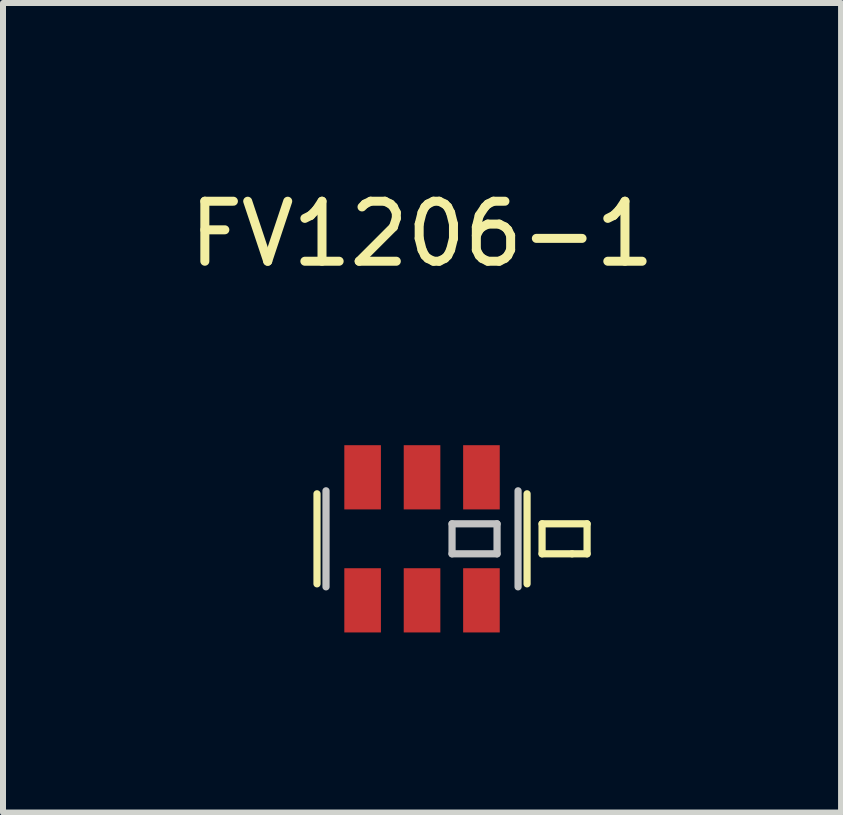
<source format=kicad_pcb>
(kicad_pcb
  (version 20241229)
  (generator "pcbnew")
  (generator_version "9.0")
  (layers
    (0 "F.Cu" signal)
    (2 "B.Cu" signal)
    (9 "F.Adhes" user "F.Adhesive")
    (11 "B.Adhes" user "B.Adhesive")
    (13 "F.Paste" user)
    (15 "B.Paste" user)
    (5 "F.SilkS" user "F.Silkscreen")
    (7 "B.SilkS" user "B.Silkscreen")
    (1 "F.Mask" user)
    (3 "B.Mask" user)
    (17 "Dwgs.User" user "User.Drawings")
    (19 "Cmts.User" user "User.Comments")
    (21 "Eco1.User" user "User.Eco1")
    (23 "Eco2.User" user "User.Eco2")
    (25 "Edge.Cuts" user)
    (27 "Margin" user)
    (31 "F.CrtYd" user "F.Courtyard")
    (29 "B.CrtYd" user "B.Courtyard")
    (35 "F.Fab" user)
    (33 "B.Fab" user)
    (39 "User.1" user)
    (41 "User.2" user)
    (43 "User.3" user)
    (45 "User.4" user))
  (footprint "FV1206-1"
    (layer "F.Cu")
    (at 3.982 5.928)
    (property "Reference" "FV1206-1" (at 0 -5.08 0) (layer "F.SilkS") (effects (font (size 1 1) (thickness 0.15))))
    (attr through_hole)
    (fp_line (start -1.75 -0.75) (end -1.75 0.75) (stroke (width 0.12) (type solid)) (layer "F.SilkS"))
    (fp_line (start 1.75 -0.75) (end 1.75 0.75) (stroke (width 0.12) (type solid)) (layer "F.SilkS"))
    (fp_line (start 2 -0.25) (end 2 0.25) (stroke (width 0.12) (type solid)) (layer "F.SilkS"))
    (fp_line (start 2 0.25) (end 2.5 0.25) (stroke (width 0.12) (type solid)) (layer "F.SilkS"))
    (fp_line (start 2.5 0.25) (end 2.75 0.25) (stroke (width 0.12) (type solid)) (layer "F.SilkS"))
    (fp_line (start 2.75 -0.25) (end 2 -0.25) (stroke (width 0.12) (type solid)) (layer "F.SilkS"))
    (fp_line (start 2.75 0.25) (end 2.75 -0.25) (stroke (width 0.12) (type solid)) (layer "F.SilkS"))
    (fp_line (start -1.6 -0.8) (end -1.6 0.8) (stroke (width 0.12) (type solid)) (layer "Dwgs.User"))
    (fp_line (start 0.5 -0.25) (end 0.5 0.25) (stroke (width 0.12) (type solid)) (layer "Dwgs.User"))
    (fp_line (start 0.5 0.25) (end 1.25 0.25) (stroke (width 0.12) (type solid)) (layer "Dwgs.User"))
    (fp_line (start 1.25 -0.25) (end 0.5 -0.25) (stroke (width 0.12) (type solid)) (layer "Dwgs.User"))
    (fp_line (start 1.25 0.25) (end 1.25 -0.25) (stroke (width 0.12) (type solid)) (layer "Dwgs.User"))
    (fp_line (start 1.6 -0.8) (end 1.6 0.8) (stroke (width 0.12) (type solid)) (layer "Dwgs.User"))
    (pad "1" smd rect (at -0.99 1.025) (size 0.61 1.07) (layers "F.Cu" "F.Mask" "F.Paste"))
    (pad "2" smd rect (at 0 1.025) (size 0.61 1.07) (layers "F.Cu" "F.Mask" "F.Paste"))
    (pad "3" smd rect (at 0.99 1.025) (size 0.61 1.07) (layers "F.Cu" "F.Mask" "F.Paste"))
    (pad "4" smd rect (at 0.99 -1.025) (size 0.61 1.07) (layers "F.Cu" "F.Mask" "F.Paste"))
    (pad "5" smd rect (at 0 -1.025) (size 0.61 1.07) (layers "F.Cu" "F.Mask" "F.Paste"))
    (pad "6" smd rect (at -0.99 -1.025) (size 0.61 1.07) (layers "F.Cu" "F.Mask" "F.Paste")))
  (gr_rect
    (start -3 -3)
    (end 10.964 10.488)
    (stroke (width 0.1) (type default))
    (fill no)
    (layer "Edge.Cuts")))
</source>
